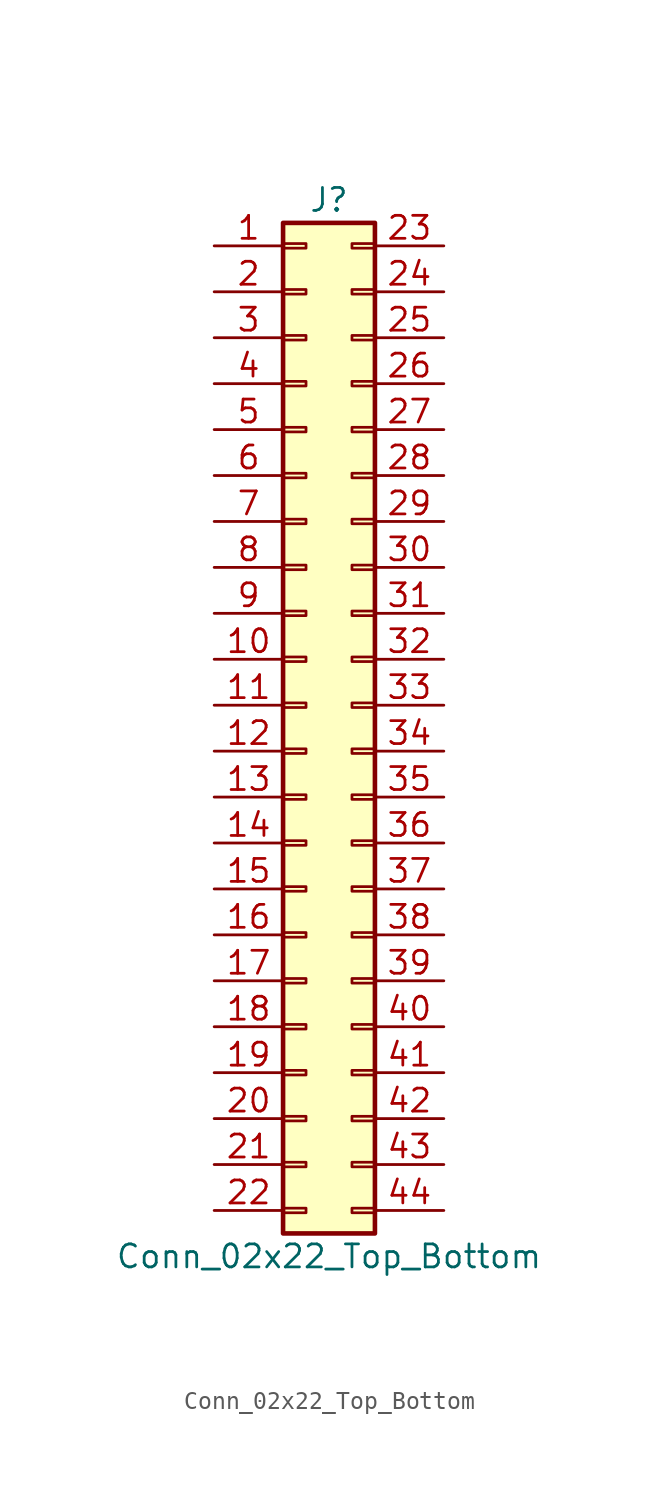
<source format=kicad_sym>
(kicad_symbol_lib
  (version 20220914)
  (generator kicad_symbol_editor)
  (symbol "Conn_02x22_Top_Bottom"
    (pin_names
      (offset 1.016) hide)
    (property "Reference" "J"
      (at 1.27 27.94 0)
      (effects (font (size 1.27 1.27))))
    (property "Value" "Conn_02x22_Top_Bottom"
      (at 1.27 -30.48 0)
      (effects (font (size 1.27 1.27))))
    (symbol "Conn_02x22_Top_Bottom_1_1"
      (rectangle (start -1.27 -27.813) (end 0 -28.067) (stroke (width 0.152) (type solid)) (fill (type none)))
      (rectangle (start -1.27 -25.273) (end 0 -25.527) (stroke (width 0.152) (type solid)) (fill (type none)))
      (rectangle (start -1.27 -22.733) (end 0 -22.987) (stroke (width 0.152) (type solid)) (fill (type none)))
      (rectangle (start -1.27 -20.193) (end 0 -20.447) (stroke (width 0.152) (type solid)) (fill (type none)))
      (rectangle (start -1.27 -17.653) (end 0 -17.907) (stroke (width 0.152) (type solid)) (fill (type none)))
      (rectangle (start -1.27 -15.113) (end 0 -15.367) (stroke (width 0.152) (type solid)) (fill (type none)))
      (rectangle (start -1.27 -12.573) (end 0 -12.827) (stroke (width 0.152) (type solid)) (fill (type none)))
      (rectangle (start -1.27 -10.033) (end 0 -10.287) (stroke (width 0.152) (type solid)) (fill (type none)))
      (rectangle (start -1.27 -7.493) (end 0 -7.747) (stroke (width 0.152) (type solid)) (fill (type none)))
      (rectangle (start -1.27 -4.953) (end 0 -5.207) (stroke (width 0.152) (type solid)) (fill (type none)))
      (rectangle (start -1.27 -2.413) (end 0 -2.667) (stroke (width 0.152) (type solid)) (fill (type none)))
      (rectangle (start -1.27 0.127) (end 0 -0.127) (stroke (width 0.152) (type solid)) (fill (type none)))
      (rectangle (start -1.27 2.667) (end 0 2.413) (stroke (width 0.152) (type solid)) (fill (type none)))
      (rectangle (start -1.27 5.207) (end 0 4.953) (stroke (width 0.152) (type solid)) (fill (type none)))
      (rectangle (start -1.27 7.747) (end 0 7.493) (stroke (width 0.152) (type solid)) (fill (type none)))
      (rectangle (start -1.27 10.287) (end 0 10.033) (stroke (width 0.152) (type solid)) (fill (type none)))
      (rectangle (start -1.27 12.827) (end 0 12.573) (stroke (width 0.152) (type solid)) (fill (type none)))
      (rectangle (start -1.27 15.367) (end 0 15.113) (stroke (width 0.152) (type solid)) (fill (type none)))
      (rectangle (start -1.27 17.907) (end 0 17.653) (stroke (width 0.152) (type solid)) (fill (type none)))
      (rectangle (start -1.27 20.447) (end 0 20.193) (stroke (width 0.152) (type solid)) (fill (type none)))
      (rectangle (start -1.27 22.987) (end 0 22.733) (stroke (width 0.152) (type solid)) (fill (type none)))
      (rectangle (start -1.27 25.527) (end 0 25.273) (stroke (width 0.152) (type solid)) (fill (type none)))
      (rectangle (start -1.27 26.67) (end 3.81 -29.21) (stroke (width 0.254) (type solid)) (fill (type background)))
      (rectangle (start 3.81 -27.813) (end 2.54 -28.067) (stroke (width 0.152) (type solid)) (fill (type none)))
      (rectangle (start 3.81 -25.273) (end 2.54 -25.527) (stroke (width 0.152) (type solid)) (fill (type none)))
      (rectangle (start 3.81 -22.733) (end 2.54 -22.987) (stroke (width 0.152) (type solid)) (fill (type none)))
      (rectangle (start 3.81 -20.193) (end 2.54 -20.447) (stroke (width 0.152) (type solid)) (fill (type none)))
      (rectangle (start 3.81 -17.653) (end 2.54 -17.907) (stroke (width 0.152) (type solid)) (fill (type none)))
      (rectangle (start 3.81 -15.113) (end 2.54 -15.367) (stroke (width 0.152) (type solid)) (fill (type none)))
      (rectangle (start 3.81 -12.573) (end 2.54 -12.827) (stroke (width 0.152) (type solid)) (fill (type none)))
      (rectangle (start 3.81 -10.033) (end 2.54 -10.287) (stroke (width 0.152) (type solid)) (fill (type none)))
      (rectangle (start 3.81 -7.493) (end 2.54 -7.747) (stroke (width 0.152) (type solid)) (fill (type none)))
      (rectangle (start 3.81 -4.953) (end 2.54 -5.207) (stroke (width 0.152) (type solid)) (fill (type none)))
      (rectangle (start 3.81 -2.413) (end 2.54 -2.667) (stroke (width 0.152) (type solid)) (fill (type none)))
      (rectangle (start 3.81 0.127) (end 2.54 -0.127) (stroke (width 0.152) (type solid)) (fill (type none)))
      (rectangle (start 3.81 2.667) (end 2.54 2.413) (stroke (width 0.152) (type solid)) (fill (type none)))
      (rectangle (start 3.81 5.207) (end 2.54 4.953) (stroke (width 0.152) (type solid)) (fill (type none)))
      (rectangle (start 3.81 7.747) (end 2.54 7.493) (stroke (width 0.152) (type solid)) (fill (type none)))
      (rectangle (start 3.81 10.287) (end 2.54 10.033) (stroke (width 0.152) (type solid)) (fill (type none)))
      (rectangle (start 3.81 12.827) (end 2.54 12.573) (stroke (width 0.152) (type solid)) (fill (type none)))
      (rectangle (start 3.81 15.367) (end 2.54 15.113) (stroke (width 0.152) (type solid)) (fill (type none)))
      (rectangle (start 3.81 17.907) (end 2.54 17.653) (stroke (width 0.152) (type solid)) (fill (type none)))
      (rectangle (start 3.81 20.447) (end 2.54 20.193) (stroke (width 0.152) (type solid)) (fill (type none)))
      (rectangle (start 3.81 22.987) (end 2.54 22.733) (stroke (width 0.152) (type solid)) (fill (type none)))
      (rectangle (start 3.81 25.527) (end 2.54 25.273) (stroke (width 0.152) (type solid)) (fill (type none)))
      (pin passive line (at -5.08 25.4 0) (length 3.81) (name "Pin_1" (effects (font (size 1.27 1.27)))) (number "1" (effects (font (size 1.27 1.27)))))
      (pin passive line (at -5.08 2.54 0) (length 3.81) (name "Pin_10" (effects (font (size 1.27 1.27)))) (number "10" (effects (font (size 1.27 1.27)))))
      (pin passive line (at -5.08 0 0) (length 3.81) (name "Pin_11" (effects (font (size 1.27 1.27)))) (number "11" (effects (font (size 1.27 1.27)))))
      (pin passive line (at -5.08 -2.54 0) (length 3.81) (name "Pin_12" (effects (font (size 1.27 1.27)))) (number "12" (effects (font (size 1.27 1.27)))))
      (pin passive line (at -5.08 -5.08 0) (length 3.81) (name "Pin_13" (effects (font (size 1.27 1.27)))) (number "13" (effects (font (size 1.27 1.27)))))
      (pin passive line (at -5.08 -7.62 0) (length 3.81) (name "Pin_14" (effects (font (size 1.27 1.27)))) (number "14" (effects (font (size 1.27 1.27)))))
      (pin passive line (at -5.08 -10.16 0) (length 3.81) (name "Pin_15" (effects (font (size 1.27 1.27)))) (number "15" (effects (font (size 1.27 1.27)))))
      (pin passive line (at -5.08 -12.7 0) (length 3.81) (name "Pin_16" (effects (font (size 1.27 1.27)))) (number "16" (effects (font (size 1.27 1.27)))))
      (pin passive line (at -5.08 -15.24 0) (length 3.81) (name "Pin_17" (effects (font (size 1.27 1.27)))) (number "17" (effects (font (size 1.27 1.27)))))
      (pin passive line (at -5.08 -17.78 0) (length 3.81) (name "Pin_18" (effects (font (size 1.27 1.27)))) (number "18" (effects (font (size 1.27 1.27)))))
      (pin passive line (at -5.08 -20.32 0) (length 3.81) (name "Pin_19" (effects (font (size 1.27 1.27)))) (number "19" (effects (font (size 1.27 1.27)))))
      (pin passive line (at -5.08 22.86 0) (length 3.81) (name "Pin_2" (effects (font (size 1.27 1.27)))) (number "2" (effects (font (size 1.27 1.27)))))
      (pin passive line (at -5.08 -22.86 0) (length 3.81) (name "Pin_20" (effects (font (size 1.27 1.27)))) (number "20" (effects (font (size 1.27 1.27)))))
      (pin passive line (at -5.08 -25.4 0) (length 3.81) (name "Pin_21" (effects (font (size 1.27 1.27)))) (number "21" (effects (font (size 1.27 1.27)))))
      (pin passive line (at -5.08 -27.94 0) (length 3.81) (name "Pin_22" (effects (font (size 1.27 1.27)))) (number "22" (effects (font (size 1.27 1.27)))))
      (pin passive line (at 7.62 25.4 180) (length 3.81) (name "Pin_23" (effects (font (size 1.27 1.27)))) (number "23" (effects (font (size 1.27 1.27)))))
      (pin passive line (at 7.62 22.86 180) (length 3.81) (name "Pin_24" (effects (font (size 1.27 1.27)))) (number "24" (effects (font (size 1.27 1.27)))))
      (pin passive line (at 7.62 20.32 180) (length 3.81) (name "Pin_25" (effects (font (size 1.27 1.27)))) (number "25" (effects (font (size 1.27 1.27)))))
      (pin passive line (at 7.62 17.78 180) (length 3.81) (name "Pin_26" (effects (font (size 1.27 1.27)))) (number "26" (effects (font (size 1.27 1.27)))))
      (pin passive line (at 7.62 15.24 180) (length 3.81) (name "Pin_27" (effects (font (size 1.27 1.27)))) (number "27" (effects (font (size 1.27 1.27)))))
      (pin passive line (at 7.62 12.7 180) (length 3.81) (name "Pin_28" (effects (font (size 1.27 1.27)))) (number "28" (effects (font (size 1.27 1.27)))))
      (pin passive line (at 7.62 10.16 180) (length 3.81) (name "Pin_29" (effects (font (size 1.27 1.27)))) (number "29" (effects (font (size 1.27 1.27)))))
      (pin passive line (at -5.08 20.32 0) (length 3.81) (name "Pin_3" (effects (font (size 1.27 1.27)))) (number "3" (effects (font (size 1.27 1.27)))))
      (pin passive line (at 7.62 7.62 180) (length 3.81) (name "Pin_30" (effects (font (size 1.27 1.27)))) (number "30" (effects (font (size 1.27 1.27)))))
      (pin passive line (at 7.62 5.08 180) (length 3.81) (name "Pin_31" (effects (font (size 1.27 1.27)))) (number "31" (effects (font (size 1.27 1.27)))))
      (pin passive line (at 7.62 2.54 180) (length 3.81) (name "Pin_32" (effects (font (size 1.27 1.27)))) (number "32" (effects (font (size 1.27 1.27)))))
      (pin passive line (at 7.62 0 180) (length 3.81) (name "Pin_33" (effects (font (size 1.27 1.27)))) (number "33" (effects (font (size 1.27 1.27)))))
      (pin passive line (at 7.62 -2.54 180) (length 3.81) (name "Pin_34" (effects (font (size 1.27 1.27)))) (number "34" (effects (font (size 1.27 1.27)))))
      (pin passive line (at 7.62 -5.08 180) (length 3.81) (name "Pin_35" (effects (font (size 1.27 1.27)))) (number "35" (effects (font (size 1.27 1.27)))))
      (pin passive line (at 7.62 -7.62 180) (length 3.81) (name "Pin_36" (effects (font (size 1.27 1.27)))) (number "36" (effects (font (size 1.27 1.27)))))
      (pin passive line (at 7.62 -10.16 180) (length 3.81) (name "Pin_37" (effects (font (size 1.27 1.27)))) (number "37" (effects (font (size 1.27 1.27)))))
      (pin passive line (at 7.62 -12.7 180) (length 3.81) (name "Pin_38" (effects (font (size 1.27 1.27)))) (number "38" (effects (font (size 1.27 1.27)))))
      (pin passive line (at 7.62 -15.24 180) (length 3.81) (name "Pin_39" (effects (font (size 1.27 1.27)))) (number "39" (effects (font (size 1.27 1.27)))))
      (pin passive line (at -5.08 17.78 0) (length 3.81) (name "Pin_4" (effects (font (size 1.27 1.27)))) (number "4" (effects (font (size 1.27 1.27)))))
      (pin passive line (at 7.62 -17.78 180) (length 3.81) (name "Pin_40" (effects (font (size 1.27 1.27)))) (number "40" (effects (font (size 1.27 1.27)))))
      (pin passive line (at 7.62 -20.32 180) (length 3.81) (name "Pin_41" (effects (font (size 1.27 1.27)))) (number "41" (effects (font (size 1.27 1.27)))))
      (pin passive line (at 7.62 -22.86 180) (length 3.81) (name "Pin_42" (effects (font (size 1.27 1.27)))) (number "42" (effects (font (size 1.27 1.27)))))
      (pin passive line (at 7.62 -25.4 180) (length 3.81) (name "Pin_43" (effects (font (size 1.27 1.27)))) (number "43" (effects (font (size 1.27 1.27)))))
      (pin passive line (at 7.62 -27.94 180) (length 3.81) (name "Pin_44" (effects (font (size 1.27 1.27)))) (number "44" (effects (font (size 1.27 1.27)))))
      (pin passive line (at -5.08 15.24 0) (length 3.81) (name "Pin_5" (effects (font (size 1.27 1.27)))) (number "5" (effects (font (size 1.27 1.27)))))
      (pin passive line (at -5.08 12.7 0) (length 3.81) (name "Pin_6" (effects (font (size 1.27 1.27)))) (number "6" (effects (font (size 1.27 1.27)))))
      (pin passive line (at -5.08 10.16 0) (length 3.81) (name "Pin_7" (effects (font (size 1.27 1.27)))) (number "7" (effects (font (size 1.27 1.27)))))
      (pin passive line (at -5.08 7.62 0) (length 3.81) (name "Pin_8" (effects (font (size 1.27 1.27)))) (number "8" (effects (font (size 1.27 1.27)))))
      (pin passive line (at -5.08 5.08 0) (length 3.81) (name "Pin_9" (effects (font (size 1.27 1.27)))) (number "9" (effects (font (size 1.27 1.27))))))))
</source>
